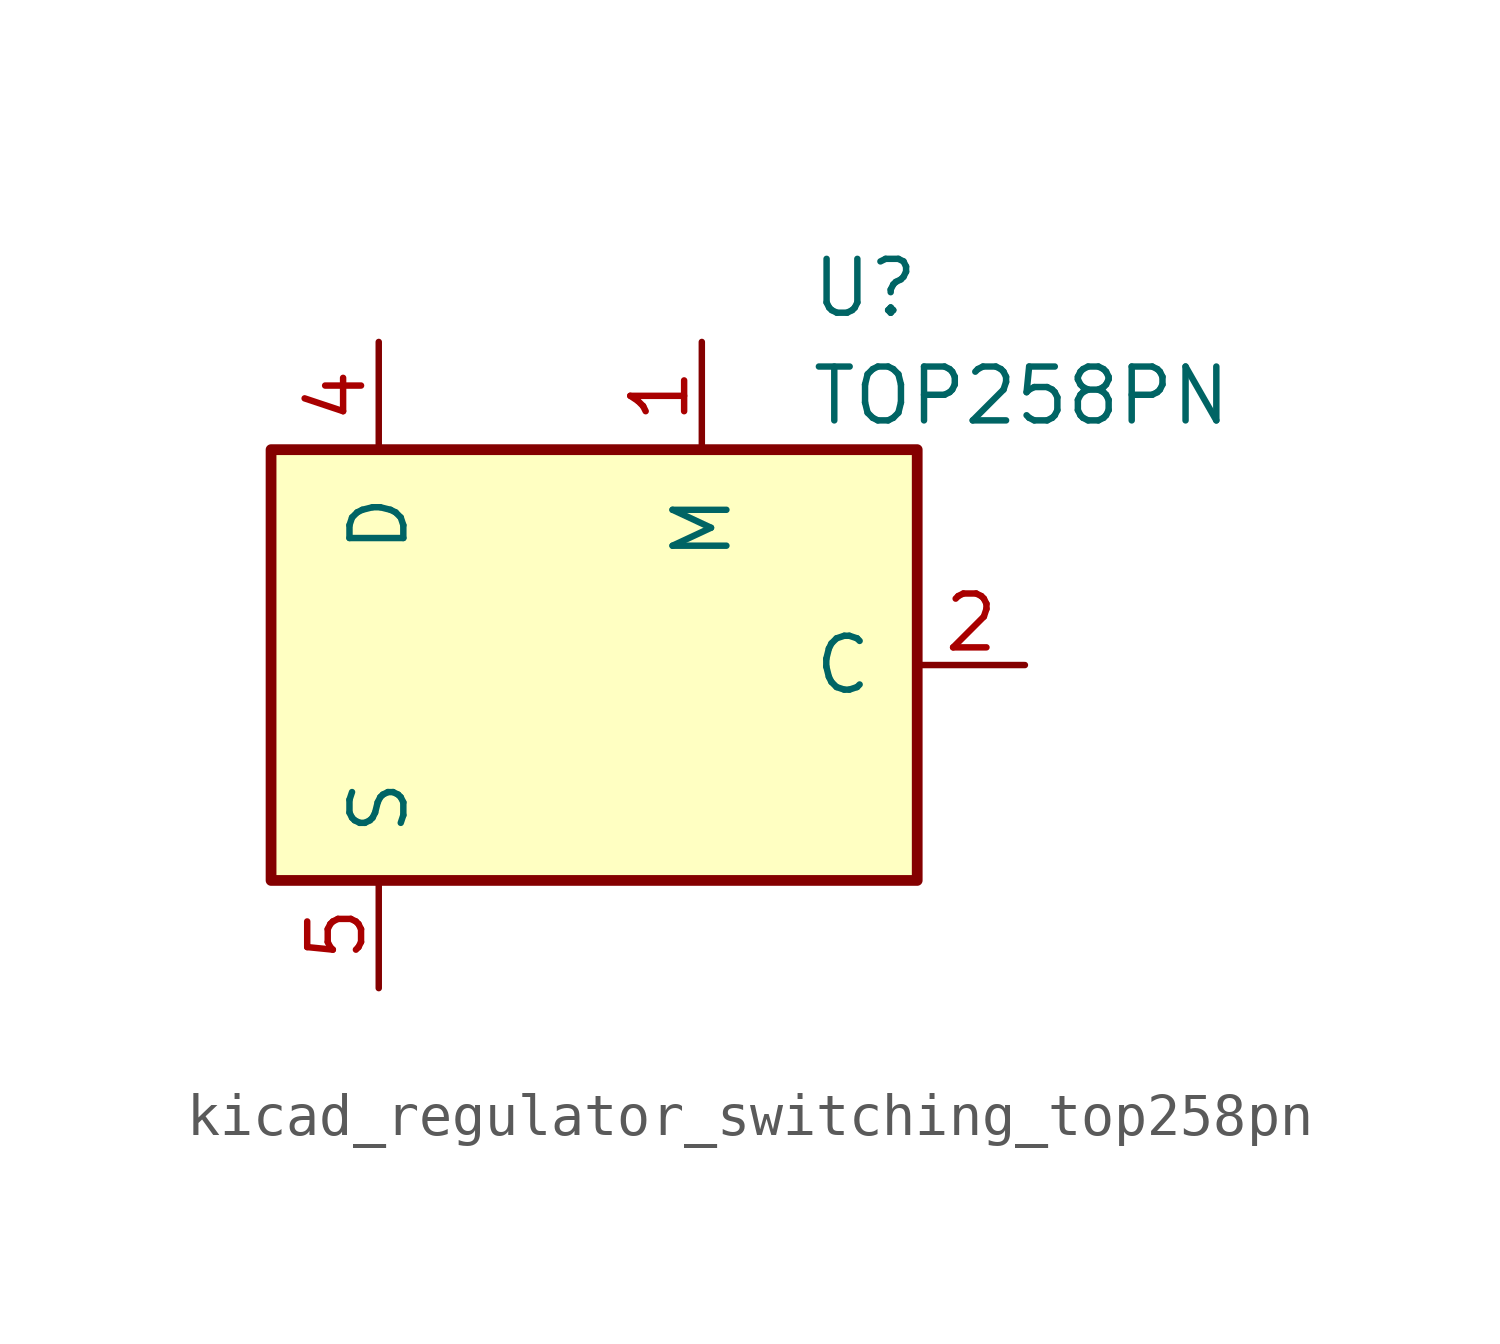
<source format=kicad_sym>
(kicad_symbol_lib
  (version 20220914)
  (generator kicad_symbol_editor)
  (symbol "kicad_regulator_switching_top258pn"
    (pin_names
      (offset 1.016))
    (property "Reference" "U"
      (at 5.08 8.89 0)
      (effects (font (size 1.27 1.27)) (justify left)))
    (property "Value" "TOP258PN"
      (at 5.08 6.35 0)
      (effects (font (size 1.27 1.27)) (justify left)))
    (symbol "kicad_regulator_switching_top258pn_0_1"
      (rectangle (start -7.62 5.08) (end 7.62 -5.08) (stroke (width 0.254) (type default)) (fill (type background))))
    (symbol "kicad_regulator_switching_top258pn_1_1"
      (pin input line (at 2.54 7.62 270) (length 2.54) (name "M" (effects (font (size 1.27 1.27)))) (number "1" (effects (font (size 1.27 1.27)))))
      (pin input line (at 10.16 0 180) (length 2.54) (name "C" (effects (font (size 1.27 1.27)))) (number "2" (effects (font (size 1.27 1.27)))))
      (pin open_collector line (at -5.08 7.62 270) (length 2.54) (name "D" (effects (font (size 1.27 1.27)))) (number "4" (effects (font (size 1.27 1.27)))))
      (pin power_in line (at -5.08 -7.62 90) (length 2.54) (name "S" (effects (font (size 1.27 1.27)))) (number "5" (effects (font (size 1.27 1.27)))))
      (pin passive line (at -5.08 -7.62 90) (length 2.54) hide (name "S" (effects (font (size 1.27 1.27)))) (number "6" (effects (font (size 1.27 1.27)))))
      (pin passive line (at -5.08 -7.62 90) (length 2.54) hide (name "S" (effects (font (size 1.27 1.27)))) (number "7" (effects (font (size 1.27 1.27)))))
      (pin passive line (at -5.08 -7.62 90) (length 2.54) hide (name "S" (effects (font (size 1.27 1.27)))) (number "8" (effects (font (size 1.27 1.27))))))))
</source>
